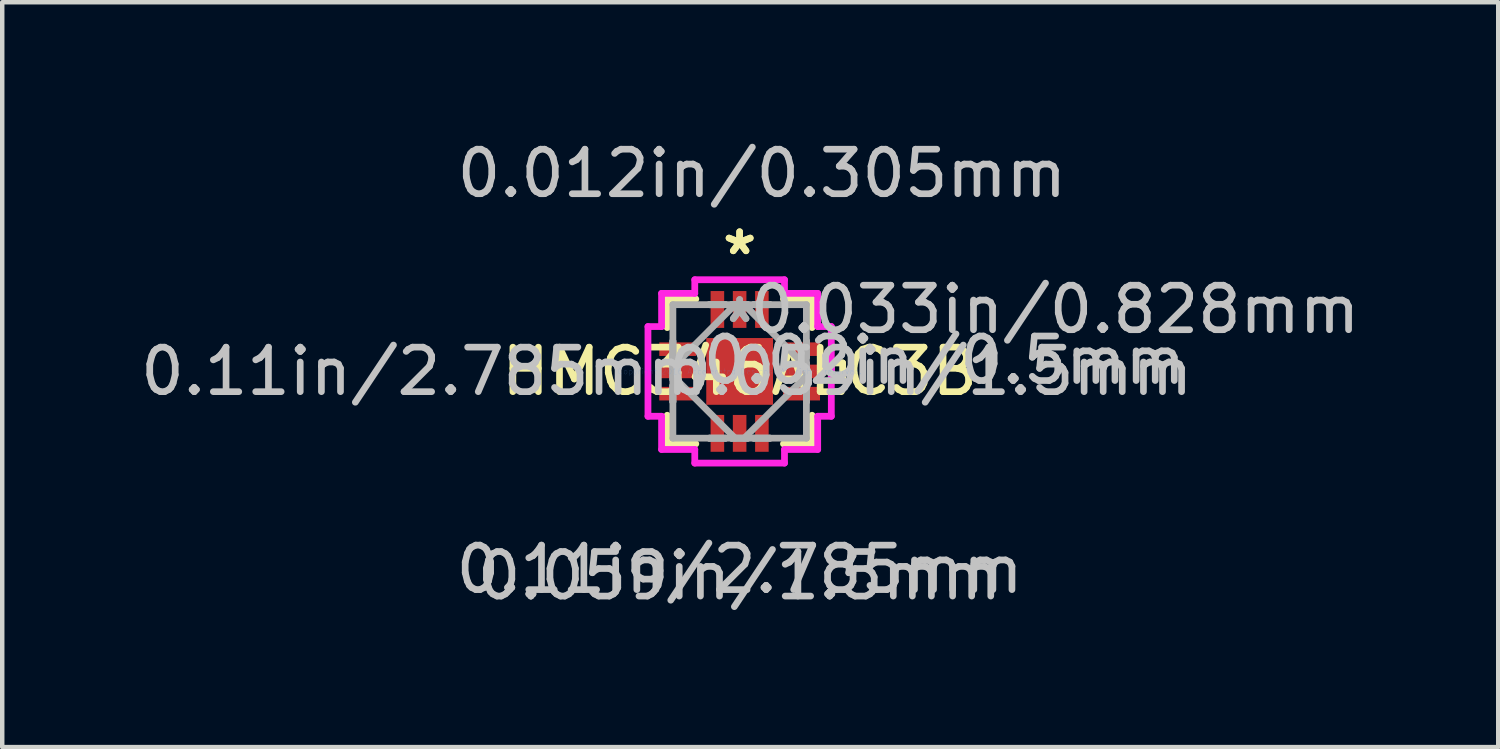
<source format=kicad_pcb>
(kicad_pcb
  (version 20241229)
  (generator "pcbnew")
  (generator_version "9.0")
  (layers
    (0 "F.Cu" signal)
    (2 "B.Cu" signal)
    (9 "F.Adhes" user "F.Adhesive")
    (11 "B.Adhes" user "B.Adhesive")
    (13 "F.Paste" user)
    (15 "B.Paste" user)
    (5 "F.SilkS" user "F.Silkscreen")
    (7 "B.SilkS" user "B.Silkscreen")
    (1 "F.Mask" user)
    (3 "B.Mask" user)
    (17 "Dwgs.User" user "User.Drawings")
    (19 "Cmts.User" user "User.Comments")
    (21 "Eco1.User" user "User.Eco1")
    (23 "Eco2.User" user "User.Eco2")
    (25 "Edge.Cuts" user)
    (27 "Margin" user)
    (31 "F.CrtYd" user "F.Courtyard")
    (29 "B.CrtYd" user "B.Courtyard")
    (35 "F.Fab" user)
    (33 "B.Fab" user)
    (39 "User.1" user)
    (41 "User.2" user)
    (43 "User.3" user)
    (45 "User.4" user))
  (footprint "HMC346ALC3B"
    (layer "F.Cu")
    (at 13.57 5.296)
    (property "Reference" "HMC346ALC3B" (at 0 0 0) (layer "F.SilkS") (effects (font (size 1 1) (thickness 0.15))))
    (attr through_hole)
    (fp_line (start -1.627 -1.627) (end -1.627 -0.985) (stroke (width 0.152) (type solid)) (layer "F.SilkS"))
    (fp_line (start -1.627 0.985) (end -1.627 1.627) (stroke (width 0.152) (type solid)) (layer "F.SilkS"))
    (fp_line (start -1.627 1.627) (end -0.985 1.627) (stroke (width 0.152) (type solid)) (layer "F.SilkS"))
    (fp_line (start -0.985 -1.627) (end -1.627 -1.627) (stroke (width 0.152) (type solid)) (layer "F.SilkS"))
    (fp_line (start 0.985 1.627) (end 1.627 1.627) (stroke (width 0.152) (type solid)) (layer "F.SilkS"))
    (fp_line (start 1.627 -1.627) (end 0.985 -1.627) (stroke (width 0.152) (type solid)) (layer "F.SilkS"))
    (fp_line (start 1.627 -0.985) (end 1.627 -1.627) (stroke (width 0.152) (type solid)) (layer "F.SilkS"))
    (fp_line (start 1.627 1.627) (end 1.627 0.985) (stroke (width 0.152) (type solid)) (layer "F.SilkS"))
    (fp_line (start 2.06 -0.191) (end 2.314 -0.191) (stroke (width 0.152) (type solid)) (layer "F.SilkS"))
    (fp_line (start 2.06 0.191) (end 2.06 -0.191) (stroke (width 0.152) (type solid)) (layer "F.SilkS"))
    (fp_line (start 2.314 -0.191) (end 2.314 0.191) (stroke (width 0.152) (type solid)) (layer "F.SilkS"))
    (fp_line (start 2.314 0.191) (end 2.06 0.191) (stroke (width 0.152) (type solid)) (layer "F.SilkS"))
    (fp_line (start -0.75 -0.75) (end -0.75 0.75) (stroke (width 0.152) (type solid)) (layer "F.Paste"))
    (fp_line (start -0.75 0.75) (end 0.75 0.75) (stroke (width 0.152) (type solid)) (layer "F.Paste"))
    (fp_line (start 0.75 -0.75) (end -0.75 -0.75) (stroke (width 0.152) (type solid)) (layer "F.Paste"))
    (fp_line (start 0.75 0.75) (end 0.75 -0.75) (stroke (width 0.152) (type solid)) (layer "F.Paste"))
    (fp_line (start -2.06 -1.008) (end -1.754 -1.008) (stroke (width 0.152) (type solid)) (layer "F.CrtYd"))
    (fp_line (start -2.06 1.008) (end -2.06 -1.008) (stroke (width 0.152) (type solid)) (layer "F.CrtYd"))
    (fp_line (start -1.754 -1.754) (end -1.008 -1.754) (stroke (width 0.152) (type solid)) (layer "F.CrtYd"))
    (fp_line (start -1.754 -1.008) (end -1.754 -1.754) (stroke (width 0.152) (type solid)) (layer "F.CrtYd"))
    (fp_line (start -1.754 1.008) (end -2.06 1.008) (stroke (width 0.152) (type solid)) (layer "F.CrtYd"))
    (fp_line (start -1.754 1.754) (end -1.754 1.008) (stroke (width 0.152) (type solid)) (layer "F.CrtYd"))
    (fp_line (start -1.008 -2.06) (end 1.008 -2.06) (stroke (width 0.152) (type solid)) (layer "F.CrtYd"))
    (fp_line (start -1.008 -1.754) (end -1.008 -2.06) (stroke (width 0.152) (type solid)) (layer "F.CrtYd"))
    (fp_line (start -1.008 1.754) (end -1.754 1.754) (stroke (width 0.152) (type solid)) (layer "F.CrtYd"))
    (fp_line (start -1.008 2.06) (end -1.008 1.754) (stroke (width 0.152) (type solid)) (layer "F.CrtYd"))
    (fp_line (start 1.008 -2.06) (end 1.008 -1.754) (stroke (width 0.152) (type solid)) (layer "F.CrtYd"))
    (fp_line (start 1.008 -1.754) (end 1.754 -1.754) (stroke (width 0.152) (type solid)) (layer "F.CrtYd"))
    (fp_line (start 1.008 1.754) (end 1.008 2.06) (stroke (width 0.152) (type solid)) (layer "F.CrtYd"))
    (fp_line (start 1.008 2.06) (end -1.008 2.06) (stroke (width 0.152) (type solid)) (layer "F.CrtYd"))
    (fp_line (start 1.754 -1.754) (end 1.754 -1.008) (stroke (width 0.152) (type solid)) (layer "F.CrtYd"))
    (fp_line (start 1.754 -1.008) (end 2.06 -1.008) (stroke (width 0.152) (type solid)) (layer "F.CrtYd"))
    (fp_line (start 1.754 1.008) (end 1.754 1.754) (stroke (width 0.152) (type solid)) (layer "F.CrtYd"))
    (fp_line (start 1.754 1.754) (end 1.008 1.754) (stroke (width 0.152) (type solid)) (layer "F.CrtYd"))
    (fp_line (start 2.06 -1.008) (end 2.06 1.008) (stroke (width 0.152) (type solid)) (layer "F.CrtYd"))
    (fp_line (start 2.06 1.008) (end 1.754 1.008) (stroke (width 0.152) (type solid)) (layer "F.CrtYd"))
    (fp_line (start -1.5 -1.5) (end -1.5 1.5) (stroke (width 0.152) (type solid)) (layer "F.Fab"))
    (fp_line (start -1.5 -0.68) (end -1.5 -0.68) (stroke (width 0.152) (type solid)) (layer "F.Fab"))
    (fp_line (start -1.5 -0.68) (end -1.5 -0.32) (stroke (width 0.152) (type solid)) (layer "F.Fab"))
    (fp_line (start -1.5 -0.32) (end -1.5 -0.68) (stroke (width 0.152) (type solid)) (layer "F.Fab"))
    (fp_line (start -1.5 -0.32) (end -1.5 -0.32) (stroke (width 0.152) (type solid)) (layer "F.Fab"))
    (fp_line (start -1.5 -0.18) (end -1.5 -0.18) (stroke (width 0.152) (type solid)) (layer "F.Fab"))
    (fp_line (start -1.5 -0.18) (end -1.5 0.18) (stroke (width 0.152) (type solid)) (layer "F.Fab"))
    (fp_line (start -1.5 -0.103) (end -0.103 -1.5) (stroke (width 0.152) (type solid)) (layer "F.Fab"))
    (fp_line (start -1.5 0.18) (end -1.5 -0.18) (stroke (width 0.152) (type solid)) (layer "F.Fab"))
    (fp_line (start -1.5 0.18) (end -1.5 0.18) (stroke (width 0.152) (type solid)) (layer "F.Fab"))
    (fp_line (start -1.5 0.32) (end -1.5 0.32) (stroke (width 0.152) (type solid)) (layer "F.Fab"))
    (fp_line (start -1.5 0.32) (end -1.5 0.68) (stroke (width 0.152) (type solid)) (layer "F.Fab"))
    (fp_line (start -1.5 0.68) (end -1.5 0.32) (stroke (width 0.152) (type solid)) (layer "F.Fab"))
    (fp_line (start -1.5 0.68) (end -1.5 0.68) (stroke (width 0.152) (type solid)) (layer "F.Fab"))
    (fp_line (start -1.5 1.5) (end 1.5 1.5) (stroke (width 0.152) (type solid)) (layer "F.Fab"))
    (fp_line (start -0.68 -1.5) (end -0.68 -1.5) (stroke (width 0.152) (type solid)) (layer "F.Fab"))
    (fp_line (start -0.68 -1.5) (end -0.32 -1.5) (stroke (width 0.152) (type solid)) (layer "F.Fab"))
    (fp_line (start -0.68 1.5) (end -0.68 1.5) (stroke (width 0.152) (type solid)) (layer "F.Fab"))
    (fp_line (start -0.68 1.5) (end -0.32 1.5) (stroke (width 0.152) (type solid)) (layer "F.Fab"))
    (fp_line (start -0.32 -1.5) (end -0.68 -1.5) (stroke (width 0.152) (type solid)) (layer "F.Fab"))
    (fp_line (start -0.32 -1.5) (end -0.32 -1.5) (stroke (width 0.152) (type solid)) (layer "F.Fab"))
    (fp_line (start -0.32 1.5) (end -0.68 1.5) (stroke (width 0.152) (type solid)) (layer "F.Fab"))
    (fp_line (start -0.32 1.5) (end -0.32 1.5) (stroke (width 0.152) (type solid)) (layer "F.Fab"))
    (fp_line (start -0.18 -1.5) (end -0.18 -1.5) (stroke (width 0.152) (type solid)) (layer "F.Fab"))
    (fp_line (start -0.18 -1.5) (end 0.18 -1.5) (stroke (width 0.152) (type solid)) (layer "F.Fab"))
    (fp_line (start -0.18 1.5) (end -0.18 1.5) (stroke (width 0.152) (type solid)) (layer "F.Fab"))
    (fp_line (start -0.18 1.5) (end 0.18 1.5) (stroke (width 0.152) (type solid)) (layer "F.Fab"))
    (fp_line (start -0.103 1.5) (end -1.5 0.103) (stroke (width 0.152) (type solid)) (layer "F.Fab"))
    (fp_line (start 0.103 -1.5) (end 1.5 -0.103) (stroke (width 0.152) (type solid)) (layer "F.Fab"))
    (fp_line (start 0.103 1.5) (end 1.5 0.103) (stroke (width 0.152) (type solid)) (layer "F.Fab"))
    (fp_line (start 0.18 -1.5) (end -0.18 -1.5) (stroke (width 0.152) (type solid)) (layer "F.Fab"))
    (fp_line (start 0.18 -1.5) (end 0.18 -1.5) (stroke (width 0.152) (type solid)) (layer "F.Fab"))
    (fp_line (start 0.18 1.5) (end -0.18 1.5) (stroke (width 0.152) (type solid)) (layer "F.Fab"))
    (fp_line (start 0.18 1.5) (end 0.18 1.5) (stroke (width 0.152) (type solid)) (layer "F.Fab"))
    (fp_line (start 0.32 -1.5) (end 0.32 -1.5) (stroke (width 0.152) (type solid)) (layer "F.Fab"))
    (fp_line (start 0.32 -1.5) (end 0.68 -1.5) (stroke (width 0.152) (type solid)) (layer "F.Fab"))
    (fp_line (start 0.32 1.5) (end 0.32 1.5) (stroke (width 0.152) (type solid)) (layer "F.Fab"))
    (fp_line (start 0.32 1.5) (end 0.68 1.5) (stroke (width 0.152) (type solid)) (layer "F.Fab"))
    (fp_line (start 0.68 -1.5) (end 0.32 -1.5) (stroke (width 0.152) (type solid)) (layer "F.Fab"))
    (fp_line (start 0.68 -1.5) (end 0.68 -1.5) (stroke (width 0.152) (type solid)) (layer "F.Fab"))
    (fp_line (start 0.68 1.5) (end 0.32 1.5) (stroke (width 0.152) (type solid)) (layer "F.Fab"))
    (fp_line (start 0.68 1.5) (end 0.68 1.5) (stroke (width 0.152) (type solid)) (layer "F.Fab"))
    (fp_line (start 1.5 -1.5) (end -1.5 -1.5) (stroke (width 0.152) (type solid)) (layer "F.Fab"))
    (fp_line (start 1.5 -0.68) (end 1.5 -0.68) (stroke (width 0.152) (type solid)) (layer "F.Fab"))
    (fp_line (start 1.5 -0.68) (end 1.5 -0.32) (stroke (width 0.152) (type solid)) (layer "F.Fab"))
    (fp_line (start 1.5 -0.32) (end 1.5 -0.68) (stroke (width 0.152) (type solid)) (layer "F.Fab"))
    (fp_line (start 1.5 -0.32) (end 1.5 -0.32) (stroke (width 0.152) (type solid)) (layer "F.Fab"))
    (fp_line (start 1.5 -0.18) (end 1.5 -0.18) (stroke (width 0.152) (type solid)) (layer "F.Fab"))
    (fp_line (start 1.5 -0.18) (end 1.5 0.18) (stroke (width 0.152) (type solid)) (layer "F.Fab"))
    (fp_line (start 1.5 0.18) (end 1.5 -0.18) (stroke (width 0.152) (type solid)) (layer "F.Fab"))
    (fp_line (start 1.5 0.18) (end 1.5 0.18) (stroke (width 0.152) (type solid)) (layer "F.Fab"))
    (fp_line (start 1.5 0.32) (end 1.5 0.32) (stroke (width 0.152) (type solid)) (layer "F.Fab"))
    (fp_line (start 1.5 0.32) (end 1.5 0.68) (stroke (width 0.152) (type solid)) (layer "F.Fab"))
    (fp_line (start 1.5 0.68) (end 1.5 0.32) (stroke (width 0.152) (type solid)) (layer "F.Fab"))
    (fp_line (start 1.5 0.68) (end 1.5 0.68) (stroke (width 0.152) (type solid)) (layer "F.Fab"))
    (fp_line (start 1.5 1.5) (end 1.5 -1.5) (stroke (width 0.152) (type solid)) (layer "F.Fab"))
    (fp_text user "*" (at 0 -2.594 0) (layer "F.SilkS") (effects (font (size 1 1) (thickness 0.15))))
    (fp_text user "*" (at 0 -2.594 0) (layer "F.SilkS") (effects (font (size 1 1) (thickness 0.15))))
    (fp_text user "0.02in/0.5mm" (at 4.6 -0.25 0) (layer "Dwgs.User") (effects (font (size 1 1) (thickness 0.15))))
    (fp_text user "0.012in/0.305mm" (at 0.5 -4.448 0) (layer "Dwgs.User") (effects (font (size 1 1) (thickness 0.15))))
    (fp_text user "0.11in/2.785mm" (at 0 4.448 0) (layer "Dwgs.User") (effects (font (size 1 1) (thickness 0.15))))
    (fp_text user "0.059in/1.5mm" (at 0 4.593 0) (layer "Dwgs.User") (effects (font (size 1 1) (thickness 0.15))))
    (fp_text user "0.11in/2.785mm" (at -7.088 0 0) (layer "Dwgs.User") (effects (font (size 1 1) (thickness 0.15))))
    (fp_text user "0.059in/1.5mm" (at 4.288 0 0) (layer "Dwgs.User") (effects (font (size 1 1) (thickness 0.15))))
    (fp_text user "0.033in/0.828mm" (at 7.088 -1.392 0) (layer "Dwgs.User") (effects (font (size 1 1) (thickness 0.15))))
    (fp_text user "Copyright 2016 Accelerated Designs. All rights reserved." (at 0 0 0) (layer "Cmts.User") (effects (font (size 0.127 0.127) (thickness 0.002))))
    (fp_text user "*" (at 0 -1.07 0) (layer "F.Fab") (effects (font (size 1 1) (thickness 0.15))))
    (fp_text user "*" (at 0 -1.07 0) (layer "F.Fab") (effects (font (size 1 1) (thickness 0.15))))
    (pad "1" smd rect (at 0 -1.392) (size 0.305 0.828) (layers "F.Cu" "F.Mask" "F.Paste"))
    (pad "2" smd rect (at -0.5 -1.392) (size 0.305 0.828) (layers "F.Cu" "F.Mask" "F.Paste"))
    (pad "3" smd rect (at -1.392 -0.5 90) (size 0.305 0.828) (layers "F.Cu" "F.Mask" "F.Paste"))
    (pad "4" smd rect (at -1.392 0 90) (size 0.305 0.828) (layers "F.Cu" "F.Mask" "F.Paste"))
    (pad "5" smd rect (at -1.392 0.5 90) (size 0.305 0.828) (layers "F.Cu" "F.Mask" "F.Paste"))
    (pad "6" smd rect (at -0.5 1.392) (size 0.305 0.828) (layers "F.Cu" "F.Mask" "F.Paste"))
    (pad "7" smd rect (at 0 1.392) (size 0.305 0.828) (layers "F.Cu" "F.Mask" "F.Paste"))
    (pad "8" smd rect (at 0.5 1.392) (size 0.305 0.828) (layers "F.Cu" "F.Mask" "F.Paste"))
    (pad "9" smd rect (at 1.392 0.5 90) (size 0.305 0.828) (layers "F.Cu" "F.Mask" "F.Paste"))
    (pad "10" smd rect (at 1.392 0 90) (size 0.305 0.828) (layers "F.Cu" "F.Mask" "F.Paste"))
    (pad "11" smd rect (at 1.392 -0.5 90) (size 0.305 0.828) (layers "F.Cu" "F.Mask" "F.Paste"))
    (pad "12" smd rect (at 0.5 -1.392) (size 0.305 0.828) (layers "F.Cu" "F.Mask" "F.Paste"))
    (pad "13" smd rect (at 0 0) (size 1.5 1.5) (layers "F.Cu" "F.Mask" "F.Paste")))
  (gr_rect
    (start -3 -3)
    (end 30.616 13.737)
    (stroke (width 0.1) (type default))
    (fill no)
    (layer "Edge.Cuts")))
</source>
